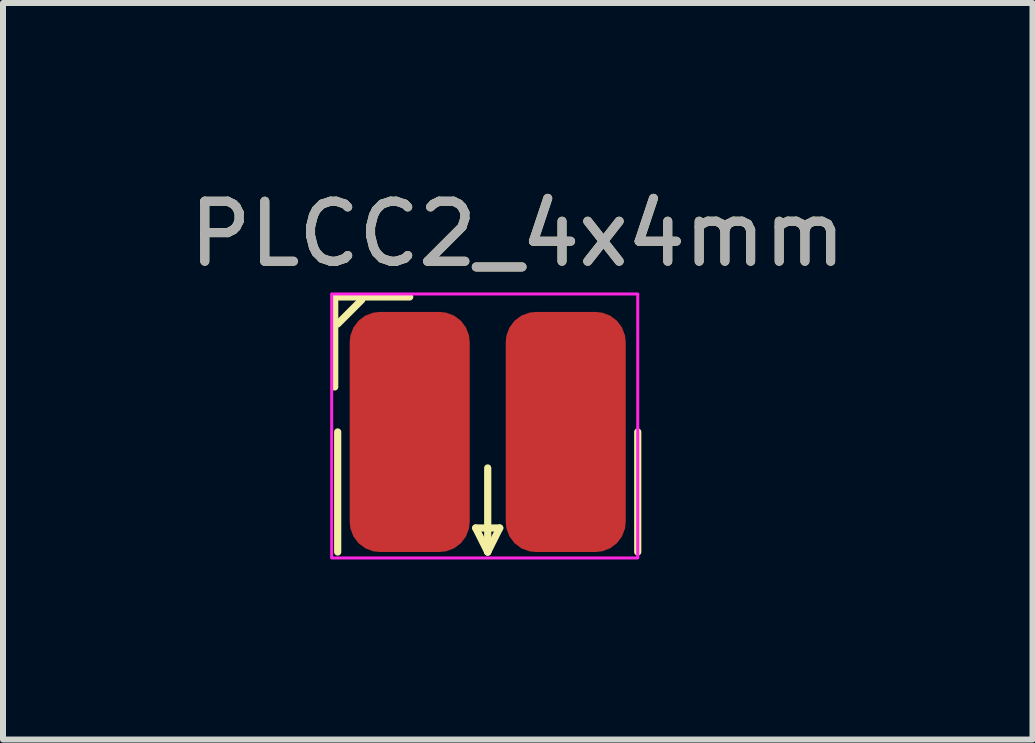
<source format=kicad_pcb>
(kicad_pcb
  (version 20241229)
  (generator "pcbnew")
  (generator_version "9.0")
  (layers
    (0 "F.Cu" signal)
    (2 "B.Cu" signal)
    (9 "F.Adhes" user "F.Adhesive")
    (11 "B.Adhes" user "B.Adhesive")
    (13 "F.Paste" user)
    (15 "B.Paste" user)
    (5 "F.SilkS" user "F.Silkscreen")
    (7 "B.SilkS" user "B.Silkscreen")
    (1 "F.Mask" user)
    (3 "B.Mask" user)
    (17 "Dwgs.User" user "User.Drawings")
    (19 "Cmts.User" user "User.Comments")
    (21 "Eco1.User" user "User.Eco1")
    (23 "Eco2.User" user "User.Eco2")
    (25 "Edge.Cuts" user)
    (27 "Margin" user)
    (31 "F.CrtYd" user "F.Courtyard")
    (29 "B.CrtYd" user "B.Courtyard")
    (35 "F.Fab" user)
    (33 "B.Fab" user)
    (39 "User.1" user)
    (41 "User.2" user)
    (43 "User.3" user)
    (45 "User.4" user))
  (footprint "PLCC2_4x4mm"
    (layer "F.Cu")
    (at 5.077 4.148)
    (property "Reference" "PLCC2_4x4mm" (at 0.5 -3.3 0) (unlocked yes) (layer "F.SilkS") (effects (font (size 1 1) (thickness 0.15))))
    (attr smd)
    (fp_line (start -2.55 -2.25) (end -2.55 -0.75) (stroke (width 0.12) (type solid)) (layer "F.SilkS"))
    (fp_line (start -2.5 0) (end -2.5 2) (stroke (width 0.12) (type solid)) (layer "F.SilkS"))
    (fp_line (start -2.1 -2.2) (end -2.5 -1.8) (stroke (width 0.12) (type solid)) (layer "F.SilkS"))
    (fp_line (start -1.3 -2.25) (end -2.55 -2.25) (stroke (width 0.12) (type solid)) (layer "F.SilkS"))
    (fp_line (start -0.2 1.6) (end 0 2) (stroke (width 0.12) (type solid)) (layer "F.SilkS"))
    (fp_line (start 0 0.6) (end 0 2) (stroke (width 0.12) (type solid)) (layer "F.SilkS"))
    (fp_line (start 0 2) (end 0.2 1.6) (stroke (width 0.12) (type solid)) (layer "F.SilkS"))
    (fp_line (start 0.2 1.6) (end -0.2 1.6) (stroke (width 0.12) (type solid)) (layer "F.SilkS"))
    (fp_line (start 2.5 0) (end 2.5 2) (stroke (width 0.12) (type solid)) (layer "F.SilkS"))
    (fp_rect (start -2.6 -2.3) (end 2.5 2.1) (stroke (width 0.05) (type solid)) (fill no) (layer "F.CrtYd"))
    (fp_text user "${REFERENCE}" (at 0.5 -3.3 0) (unlocked yes) (layer "F.Fab") (effects (font (size 1 1) (thickness 0.15))))
    (pad "1" smd roundrect (at -1.3 0) (size 2 4) (layers "F.Cu" "F.Mask" "F.Paste") (roundrect_rratio 0.25))
    (pad "2" smd roundrect (at 1.3 0) (size 2 4) (layers "F.Cu" "F.Mask" "F.Paste") (roundrect_rratio 0.25)))
  (gr_rect
    (start -3 -3)
    (end 14.155 9.273)
    (stroke (width 0.1) (type default))
    (fill no)
    (layer "Edge.Cuts")))
</source>
